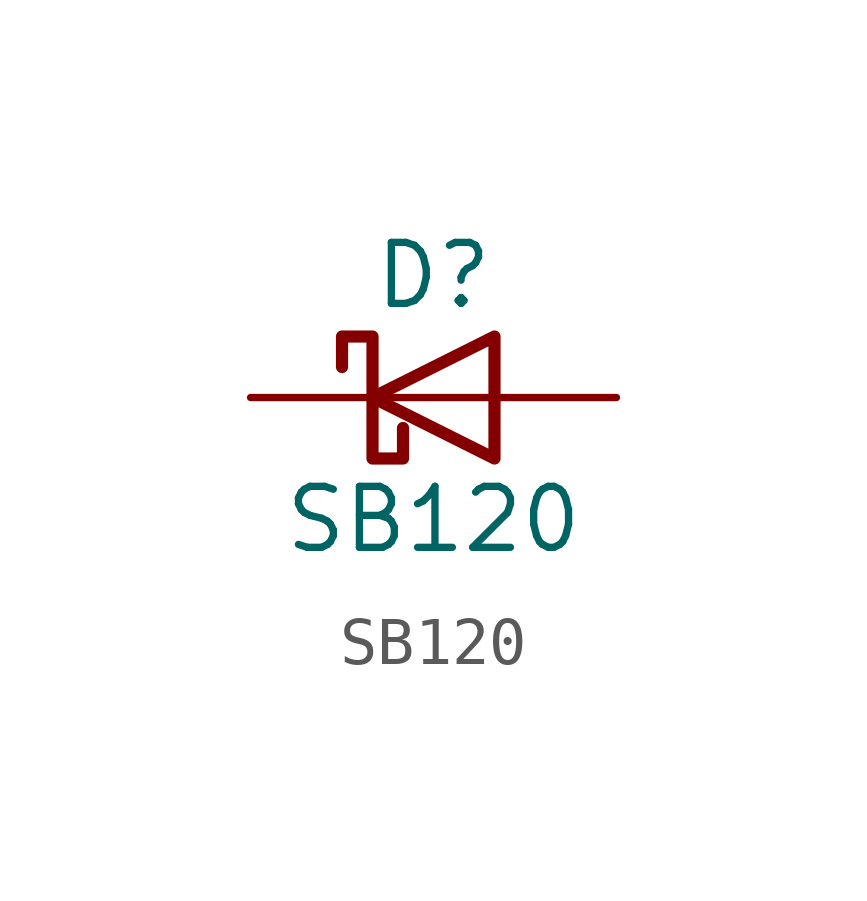
<source format=kicad_sym>
(kicad_symbol_lib
  (version 20241209)
  (generator "kicad_symbol_editor")
  (generator_version "9.0")
  (symbol "SB120"
    (pin_numbers
      (hide yes))
    (pin_names
      (offset 1.016)
      (hide yes))
    (property "Reference" "D"
      (at 0 2.54 0)
      (effects (font (size 1.27 1.27))))
    (property "Value" "SB120"
      (at 0 -2.54 0)
      (effects (font (size 1.27 1.27))))
    (symbol "SB120_0_1"
      (polyline (pts (xy -1.905 0.635) (xy -1.905 1.27) (xy -1.27 1.27) (xy -1.27 -1.27) (xy -0.635 -1.27) (xy -0.635 -0.635)) (stroke (width 0.254) (type default)) (fill (type none)))
      (polyline (pts (xy 1.27 1.27) (xy 1.27 -1.27) (xy -1.27 0) (xy 1.27 1.27)) (stroke (width 0.254) (type default)) (fill (type none)))
      (polyline (pts (xy 1.27 0) (xy -1.27 0)) (stroke (width 0) (type default)) (fill (type none))))
    (symbol "SB120_1_1"
      (pin passive line (at -3.81 0 0) (length 2.54) (name "K" (effects (font (size 1.27 1.27)))) (number "1" (effects (font (size 1.27 1.27)))))
      (pin passive line (at 3.81 0 180) (length 2.54) (name "A" (effects (font (size 1.27 1.27)))) (number "2" (effects (font (size 1.27 1.27))))))))
</source>
